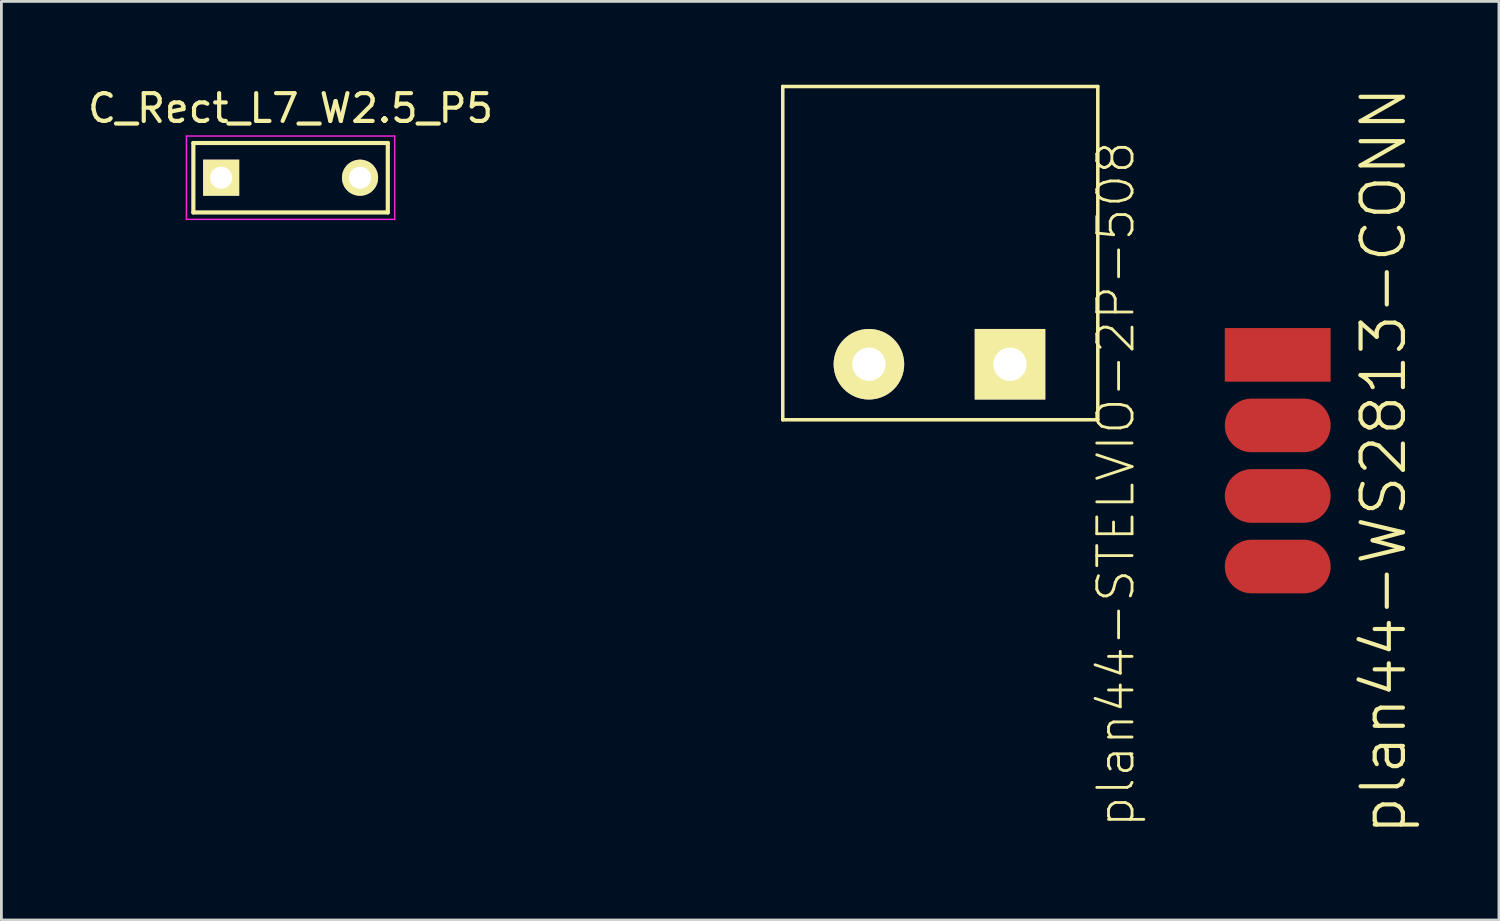
<source format=kicad_pcb>
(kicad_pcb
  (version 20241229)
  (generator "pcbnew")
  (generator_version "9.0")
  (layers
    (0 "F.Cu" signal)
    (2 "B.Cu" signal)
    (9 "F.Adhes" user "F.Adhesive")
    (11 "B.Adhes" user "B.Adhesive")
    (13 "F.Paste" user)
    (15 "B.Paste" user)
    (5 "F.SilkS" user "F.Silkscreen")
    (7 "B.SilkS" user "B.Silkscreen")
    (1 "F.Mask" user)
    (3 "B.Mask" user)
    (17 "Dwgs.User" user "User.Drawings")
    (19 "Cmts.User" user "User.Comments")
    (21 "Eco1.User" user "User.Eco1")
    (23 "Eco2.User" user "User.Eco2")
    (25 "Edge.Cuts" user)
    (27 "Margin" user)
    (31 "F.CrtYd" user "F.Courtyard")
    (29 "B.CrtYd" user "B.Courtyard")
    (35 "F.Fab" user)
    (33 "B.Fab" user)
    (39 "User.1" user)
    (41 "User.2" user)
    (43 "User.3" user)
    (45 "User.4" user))
  (footprint "C_Rect_L7_W2.5_P5"
    (layer "F.Cu")
    (at 4.911 3.348)
    (property "Reference" "C_Rect_L7_W2.5_P5" (at 2.5 -2.5 0) (layer "F.SilkS") (effects (font (size 1 1) (thickness 0.15))))
    (attr through_hole)
    (fp_line (start -1 -1.25) (end 6 -1.25) (stroke (width 0.15) (type solid)) (layer "F.SilkS"))
    (fp_line (start -1 1.25) (end -1 -1.25) (stroke (width 0.15) (type solid)) (layer "F.SilkS"))
    (fp_line (start 6 -1.25) (end 6 1.25) (stroke (width 0.15) (type solid)) (layer "F.SilkS"))
    (fp_line (start 6 1.25) (end -1 1.25) (stroke (width 0.15) (type solid)) (layer "F.SilkS"))
    (fp_line (start -1.25 -1.5) (end 6.25 -1.5) (stroke (width 0.05) (type solid)) (layer "F.CrtYd"))
    (fp_line (start -1.25 1.5) (end -1.25 -1.5) (stroke (width 0.05) (type solid)) (layer "F.CrtYd"))
    (fp_line (start 6.25 -1.5) (end 6.25 1.5) (stroke (width 0.05) (type solid)) (layer "F.CrtYd"))
    (fp_line (start 6.25 1.5) (end -1.25 1.5) (stroke (width 0.05) (type solid)) (layer "F.CrtYd"))
    (pad "1" thru_hole rect (at 0 0) (size 1.3 1.3) (drill 0.8) (layers "*.Cu" "*.Mask" "F.SilkS"))
    (pad "2" thru_hole circle (at 5 0) (size 1.3 1.3) (drill 0.8) (layers "*.Cu" "*.Mask" "F.SilkS")))
  (footprint "plan44-STELVIO-2P-508"
    (layer "F.Cu")
    (at 18.071 10.063)
    (property "Reference" "plan44-STELVIO-2P-508" (at 19.05 4.318 90) (layer "F.SilkS") (effects (font (size 1.27 1.27) (thickness 0.102))))
    (attr exclude_from_pos_files exclude_from_bom)
    (fp_line (start 7.059 -10) (end 18.4 -10) (stroke (width 0.127) (type solid)) (layer "F.SilkS"))
    (fp_line (start 7.059 1.999) (end 7.059 -10) (stroke (width 0.127) (type solid)) (layer "F.SilkS"))
    (fp_line (start 18.4 -10) (end 18.4 1.999) (stroke (width 0.127) (type solid)) (layer "F.SilkS"))
    (fp_line (start 18.4 1.999) (end 7.059 1.999) (stroke (width 0.127) (type solid)) (layer "F.SilkS"))
    (pad "1" thru_hole rect (at 15.24 0) (size 2.54 2.54) (drill 1.199) (layers "*.Cu" "F.Mask" "F.SilkS" "F.Paste"))
    (pad "2" thru_hole circle (at 10.16 0) (size 2.54 2.54) (drill 1.199) (layers "*.Cu" "F.Mask" "F.SilkS" "F.Paste")))
  (footprint "plan44-WS2813-CONN"
    (layer "F.Cu")
    (at 42.948 9.725)
    (property "Reference" "plan44-WS2813-CONN" (at 3.81 3.81 90) (layer "F.SilkS") (effects (font (size 1.524 1.524) (thickness 0.15))))
    (attr exclude_from_pos_files exclude_from_bom)
    (pad "1" smd rect (at 0 0) (size 3.81 1.93) (layers "F.Cu" "F.Mask" "F.Paste"))
    (pad "2" smd oval (at 0 2.54) (size 3.81 1.93) (layers "F.Cu" "F.Mask" "F.Paste"))
    (pad "3" smd oval (at 0 5.08) (size 3.81 1.93) (layers "F.Cu" "F.Mask" "F.Paste"))
    (pad "4" smd oval (at 0 7.62) (size 3.81 1.93) (layers "F.Cu" "F.Mask" "F.Paste")))
  (gr_rect
    (start -3 -3)
    (end 50.912 30.069)
    (stroke (width 0.1) (type default))
    (fill no)
    (layer "Edge.Cuts")))
</source>
